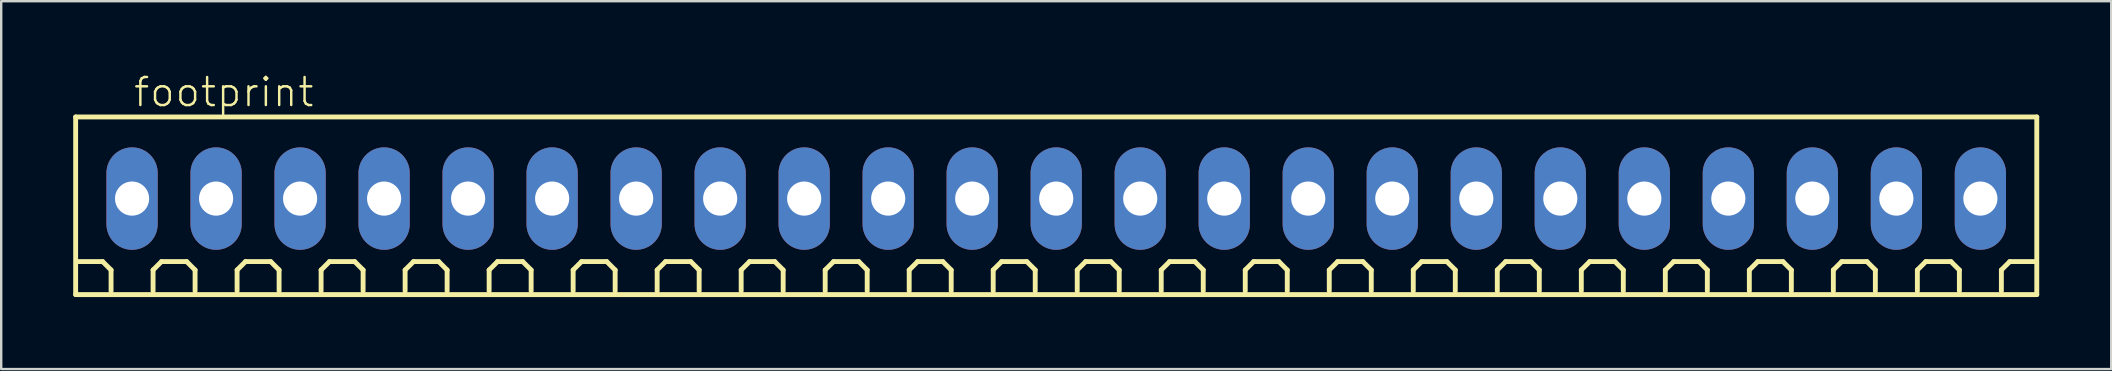
<source format=kicad_pcb>
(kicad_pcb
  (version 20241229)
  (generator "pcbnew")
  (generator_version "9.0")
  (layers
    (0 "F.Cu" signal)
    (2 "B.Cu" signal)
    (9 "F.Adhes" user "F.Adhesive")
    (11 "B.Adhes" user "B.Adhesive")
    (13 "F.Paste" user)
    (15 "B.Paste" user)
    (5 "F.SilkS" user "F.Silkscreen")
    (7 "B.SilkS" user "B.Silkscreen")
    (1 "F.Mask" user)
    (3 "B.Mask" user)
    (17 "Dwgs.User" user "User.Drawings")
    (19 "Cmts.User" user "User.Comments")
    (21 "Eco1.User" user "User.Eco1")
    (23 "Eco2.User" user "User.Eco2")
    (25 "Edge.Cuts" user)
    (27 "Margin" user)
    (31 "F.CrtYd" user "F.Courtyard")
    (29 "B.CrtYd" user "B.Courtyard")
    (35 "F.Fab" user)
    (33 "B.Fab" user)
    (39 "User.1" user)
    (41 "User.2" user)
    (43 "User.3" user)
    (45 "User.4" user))
  (footprint "footprint"
    (layer "F.Cu")
    (at 40.952 5.223)
    (property "Reference" "footprint" (at -38.5 -3.75 0) (layer "F.SilkS") (effects (font (size 1.168 1.168) (thickness 0.102)) (justify left bottom)))
    (fp_line (start -40.85 -3.4) (end 40.85 -3.4) (stroke (width 0.203) (type solid)) (layer "F.SilkS"))
    (fp_line (start -40.85 4) (end -40.85 -3.4) (stroke (width 0.203) (type solid)) (layer "F.SilkS"))
    (fp_line (start -39.725 2.625) (end -40.775 2.625) (stroke (width 0.203) (type solid)) (layer "F.SilkS"))
    (fp_line (start -39.375 2.975) (end -39.725 2.625) (stroke (width 0.203) (type solid)) (layer "F.SilkS"))
    (fp_line (start -39.375 3.85) (end -39.375 2.975) (stroke (width 0.203) (type solid)) (layer "F.SilkS"))
    (fp_line (start -37.625 2.975) (end -37.275 2.625) (stroke (width 0.203) (type solid)) (layer "F.SilkS"))
    (fp_line (start -37.625 3.85) (end -37.625 2.975) (stroke (width 0.203) (type solid)) (layer "F.SilkS"))
    (fp_line (start -37.275 2.625) (end -36.225 2.625) (stroke (width 0.203) (type solid)) (layer "F.SilkS"))
    (fp_line (start -36.225 2.625) (end -35.875 2.975) (stroke (width 0.203) (type solid)) (layer "F.SilkS"))
    (fp_line (start -35.875 2.975) (end -35.875 3.85) (stroke (width 0.203) (type solid)) (layer "F.SilkS"))
    (fp_line (start -34.125 2.975) (end -33.775 2.625) (stroke (width 0.203) (type solid)) (layer "F.SilkS"))
    (fp_line (start -34.125 3.85) (end -34.125 2.975) (stroke (width 0.203) (type solid)) (layer "F.SilkS"))
    (fp_line (start -33.775 2.625) (end -32.725 2.625) (stroke (width 0.203) (type solid)) (layer "F.SilkS"))
    (fp_line (start -32.725 2.625) (end -32.375 2.975) (stroke (width 0.203) (type solid)) (layer "F.SilkS"))
    (fp_line (start -32.375 2.975) (end -32.375 3.85) (stroke (width 0.203) (type solid)) (layer "F.SilkS"))
    (fp_line (start -30.625 2.975) (end -30.275 2.625) (stroke (width 0.203) (type solid)) (layer "F.SilkS"))
    (fp_line (start -30.625 3.85) (end -30.625 2.975) (stroke (width 0.203) (type solid)) (layer "F.SilkS"))
    (fp_line (start -30.275 2.625) (end -29.225 2.625) (stroke (width 0.203) (type solid)) (layer "F.SilkS"))
    (fp_line (start -29.225 2.625) (end -28.875 2.975) (stroke (width 0.203) (type solid)) (layer "F.SilkS"))
    (fp_line (start -28.875 2.975) (end -28.875 3.85) (stroke (width 0.203) (type solid)) (layer "F.SilkS"))
    (fp_line (start -27.125 2.975) (end -26.775 2.625) (stroke (width 0.203) (type solid)) (layer "F.SilkS"))
    (fp_line (start -27.125 3.85) (end -27.125 2.975) (stroke (width 0.203) (type solid)) (layer "F.SilkS"))
    (fp_line (start -26.775 2.625) (end -25.725 2.625) (stroke (width 0.203) (type solid)) (layer "F.SilkS"))
    (fp_line (start -25.725 2.625) (end -25.375 2.975) (stroke (width 0.203) (type solid)) (layer "F.SilkS"))
    (fp_line (start -25.375 2.975) (end -25.375 3.85) (stroke (width 0.203) (type solid)) (layer "F.SilkS"))
    (fp_line (start -23.625 2.975) (end -23.275 2.625) (stroke (width 0.203) (type solid)) (layer "F.SilkS"))
    (fp_line (start -23.625 3.85) (end -23.625 2.975) (stroke (width 0.203) (type solid)) (layer "F.SilkS"))
    (fp_line (start -23.275 2.625) (end -22.225 2.625) (stroke (width 0.203) (type solid)) (layer "F.SilkS"))
    (fp_line (start -22.225 2.625) (end -21.875 2.975) (stroke (width 0.203) (type solid)) (layer "F.SilkS"))
    (fp_line (start -21.875 2.975) (end -21.875 3.85) (stroke (width 0.203) (type solid)) (layer "F.SilkS"))
    (fp_line (start -20.125 2.975) (end -19.775 2.625) (stroke (width 0.203) (type solid)) (layer "F.SilkS"))
    (fp_line (start -20.125 3.85) (end -20.125 2.975) (stroke (width 0.203) (type solid)) (layer "F.SilkS"))
    (fp_line (start -19.775 2.625) (end -18.725 2.625) (stroke (width 0.203) (type solid)) (layer "F.SilkS"))
    (fp_line (start -18.725 2.625) (end -18.375 2.975) (stroke (width 0.203) (type solid)) (layer "F.SilkS"))
    (fp_line (start -18.375 2.975) (end -18.375 3.85) (stroke (width 0.203) (type solid)) (layer "F.SilkS"))
    (fp_line (start -16.625 2.975) (end -16.275 2.625) (stroke (width 0.203) (type solid)) (layer "F.SilkS"))
    (fp_line (start -16.625 3.85) (end -16.625 2.975) (stroke (width 0.203) (type solid)) (layer "F.SilkS"))
    (fp_line (start -16.275 2.625) (end -15.225 2.625) (stroke (width 0.203) (type solid)) (layer "F.SilkS"))
    (fp_line (start -15.225 2.625) (end -14.875 2.975) (stroke (width 0.203) (type solid)) (layer "F.SilkS"))
    (fp_line (start -14.875 2.975) (end -14.875 3.85) (stroke (width 0.203) (type solid)) (layer "F.SilkS"))
    (fp_line (start -13.125 2.975) (end -12.775 2.625) (stroke (width 0.203) (type solid)) (layer "F.SilkS"))
    (fp_line (start -13.125 3.85) (end -13.125 2.975) (stroke (width 0.203) (type solid)) (layer "F.SilkS"))
    (fp_line (start -12.775 2.625) (end -11.725 2.625) (stroke (width 0.203) (type solid)) (layer "F.SilkS"))
    (fp_line (start -11.725 2.625) (end -11.375 2.975) (stroke (width 0.203) (type solid)) (layer "F.SilkS"))
    (fp_line (start -11.375 2.975) (end -11.375 3.85) (stroke (width 0.203) (type solid)) (layer "F.SilkS"))
    (fp_line (start -9.625 2.975) (end -9.275 2.625) (stroke (width 0.203) (type solid)) (layer "F.SilkS"))
    (fp_line (start -9.625 3.85) (end -9.625 2.975) (stroke (width 0.203) (type solid)) (layer "F.SilkS"))
    (fp_line (start -9.275 2.625) (end -8.225 2.625) (stroke (width 0.203) (type solid)) (layer "F.SilkS"))
    (fp_line (start -8.225 2.625) (end -7.875 2.975) (stroke (width 0.203) (type solid)) (layer "F.SilkS"))
    (fp_line (start -7.875 2.975) (end -7.875 3.85) (stroke (width 0.203) (type solid)) (layer "F.SilkS"))
    (fp_line (start -6.125 2.975) (end -5.775 2.625) (stroke (width 0.203) (type solid)) (layer "F.SilkS"))
    (fp_line (start -6.125 3.85) (end -6.125 2.975) (stroke (width 0.203) (type solid)) (layer "F.SilkS"))
    (fp_line (start -5.775 2.625) (end -4.725 2.625) (stroke (width 0.203) (type solid)) (layer "F.SilkS"))
    (fp_line (start -4.725 2.625) (end -4.375 2.975) (stroke (width 0.203) (type solid)) (layer "F.SilkS"))
    (fp_line (start -4.375 2.975) (end -4.375 3.85) (stroke (width 0.203) (type solid)) (layer "F.SilkS"))
    (fp_line (start -2.625 2.975) (end -2.275 2.625) (stroke (width 0.203) (type solid)) (layer "F.SilkS"))
    (fp_line (start -2.625 3.85) (end -2.625 2.975) (stroke (width 0.203) (type solid)) (layer "F.SilkS"))
    (fp_line (start -2.275 2.625) (end -1.225 2.625) (stroke (width 0.203) (type solid)) (layer "F.SilkS"))
    (fp_line (start -1.225 2.625) (end -0.875 2.975) (stroke (width 0.203) (type solid)) (layer "F.SilkS"))
    (fp_line (start -0.875 2.975) (end -0.875 3.85) (stroke (width 0.203) (type solid)) (layer "F.SilkS"))
    (fp_line (start 0.875 2.975) (end 1.225 2.625) (stroke (width 0.203) (type solid)) (layer "F.SilkS"))
    (fp_line (start 0.875 3.85) (end 0.875 2.975) (stroke (width 0.203) (type solid)) (layer "F.SilkS"))
    (fp_line (start 1.225 2.625) (end 2.275 2.625) (stroke (width 0.203) (type solid)) (layer "F.SilkS"))
    (fp_line (start 2.275 2.625) (end 2.625 2.975) (stroke (width 0.203) (type solid)) (layer "F.SilkS"))
    (fp_line (start 2.625 2.975) (end 2.625 3.85) (stroke (width 0.203) (type solid)) (layer "F.SilkS"))
    (fp_line (start 4.375 2.975) (end 4.725 2.625) (stroke (width 0.203) (type solid)) (layer "F.SilkS"))
    (fp_line (start 4.375 3.85) (end 4.375 2.975) (stroke (width 0.203) (type solid)) (layer "F.SilkS"))
    (fp_line (start 4.725 2.625) (end 5.775 2.625) (stroke (width 0.203) (type solid)) (layer "F.SilkS"))
    (fp_line (start 5.775 2.625) (end 6.125 2.975) (stroke (width 0.203) (type solid)) (layer "F.SilkS"))
    (fp_line (start 6.125 2.975) (end 6.125 3.85) (stroke (width 0.203) (type solid)) (layer "F.SilkS"))
    (fp_line (start 7.875 2.975) (end 8.225 2.625) (stroke (width 0.203) (type solid)) (layer "F.SilkS"))
    (fp_line (start 7.875 3.85) (end 7.875 2.975) (stroke (width 0.203) (type solid)) (layer "F.SilkS"))
    (fp_line (start 8.225 2.625) (end 9.275 2.625) (stroke (width 0.203) (type solid)) (layer "F.SilkS"))
    (fp_line (start 9.275 2.625) (end 9.625 2.975) (stroke (width 0.203) (type solid)) (layer "F.SilkS"))
    (fp_line (start 9.625 2.975) (end 9.625 3.85) (stroke (width 0.203) (type solid)) (layer "F.SilkS"))
    (fp_line (start 11.375 2.975) (end 11.725 2.625) (stroke (width 0.203) (type solid)) (layer "F.SilkS"))
    (fp_line (start 11.375 3.85) (end 11.375 2.975) (stroke (width 0.203) (type solid)) (layer "F.SilkS"))
    (fp_line (start 11.725 2.625) (end 12.775 2.625) (stroke (width 0.203) (type solid)) (layer "F.SilkS"))
    (fp_line (start 12.775 2.625) (end 13.125 2.975) (stroke (width 0.203) (type solid)) (layer "F.SilkS"))
    (fp_line (start 13.125 2.975) (end 13.125 3.85) (stroke (width 0.203) (type solid)) (layer "F.SilkS"))
    (fp_line (start 14.875 2.975) (end 15.225 2.625) (stroke (width 0.203) (type solid)) (layer "F.SilkS"))
    (fp_line (start 14.875 3.85) (end 14.875 2.975) (stroke (width 0.203) (type solid)) (layer "F.SilkS"))
    (fp_line (start 15.225 2.625) (end 16.275 2.625) (stroke (width 0.203) (type solid)) (layer "F.SilkS"))
    (fp_line (start 16.275 2.625) (end 16.625 2.975) (stroke (width 0.203) (type solid)) (layer "F.SilkS"))
    (fp_line (start 16.625 2.975) (end 16.625 3.85) (stroke (width 0.203) (type solid)) (layer "F.SilkS"))
    (fp_line (start 18.375 2.975) (end 18.725 2.625) (stroke (width 0.203) (type solid)) (layer "F.SilkS"))
    (fp_line (start 18.375 3.85) (end 18.375 2.975) (stroke (width 0.203) (type solid)) (layer "F.SilkS"))
    (fp_line (start 18.725 2.625) (end 19.775 2.625) (stroke (width 0.203) (type solid)) (layer "F.SilkS"))
    (fp_line (start 19.775 2.625) (end 20.125 2.975) (stroke (width 0.203) (type solid)) (layer "F.SilkS"))
    (fp_line (start 20.125 2.975) (end 20.125 3.85) (stroke (width 0.203) (type solid)) (layer "F.SilkS"))
    (fp_line (start 21.875 2.975) (end 22.225 2.625) (stroke (width 0.203) (type solid)) (layer "F.SilkS"))
    (fp_line (start 21.875 3.85) (end 21.875 2.975) (stroke (width 0.203) (type solid)) (layer "F.SilkS"))
    (fp_line (start 22.225 2.625) (end 23.275 2.625) (stroke (width 0.203) (type solid)) (layer "F.SilkS"))
    (fp_line (start 23.275 2.625) (end 23.625 2.975) (stroke (width 0.203) (type solid)) (layer "F.SilkS"))
    (fp_line (start 23.625 2.975) (end 23.625 3.85) (stroke (width 0.203) (type solid)) (layer "F.SilkS"))
    (fp_line (start 25.375 2.975) (end 25.725 2.625) (stroke (width 0.203) (type solid)) (layer "F.SilkS"))
    (fp_line (start 25.375 3.85) (end 25.375 2.975) (stroke (width 0.203) (type solid)) (layer "F.SilkS"))
    (fp_line (start 25.725 2.625) (end 26.775 2.625) (stroke (width 0.203) (type solid)) (layer "F.SilkS"))
    (fp_line (start 26.775 2.625) (end 27.125 2.975) (stroke (width 0.203) (type solid)) (layer "F.SilkS"))
    (fp_line (start 27.125 2.975) (end 27.125 3.85) (stroke (width 0.203) (type solid)) (layer "F.SilkS"))
    (fp_line (start 28.875 2.975) (end 29.225 2.625) (stroke (width 0.203) (type solid)) (layer "F.SilkS"))
    (fp_line (start 28.875 3.85) (end 28.875 2.975) (stroke (width 0.203) (type solid)) (layer "F.SilkS"))
    (fp_line (start 29.225 2.625) (end 30.275 2.625) (stroke (width 0.203) (type solid)) (layer "F.SilkS"))
    (fp_line (start 30.275 2.625) (end 30.625 2.975) (stroke (width 0.203) (type solid)) (layer "F.SilkS"))
    (fp_line (start 30.625 2.975) (end 30.625 3.85) (stroke (width 0.203) (type solid)) (layer "F.SilkS"))
    (fp_line (start 32.375 2.975) (end 32.725 2.625) (stroke (width 0.203) (type solid)) (layer "F.SilkS"))
    (fp_line (start 32.375 3.85) (end 32.375 2.975) (stroke (width 0.203) (type solid)) (layer "F.SilkS"))
    (fp_line (start 32.725 2.625) (end 33.775 2.625) (stroke (width 0.203) (type solid)) (layer "F.SilkS"))
    (fp_line (start 33.775 2.625) (end 34.125 2.975) (stroke (width 0.203) (type solid)) (layer "F.SilkS"))
    (fp_line (start 34.125 2.975) (end 34.125 3.85) (stroke (width 0.203) (type solid)) (layer "F.SilkS"))
    (fp_line (start 35.875 2.975) (end 36.225 2.625) (stroke (width 0.203) (type solid)) (layer "F.SilkS"))
    (fp_line (start 35.875 3.85) (end 35.875 2.975) (stroke (width 0.203) (type solid)) (layer "F.SilkS"))
    (fp_line (start 36.225 2.625) (end 37.275 2.625) (stroke (width 0.203) (type solid)) (layer "F.SilkS"))
    (fp_line (start 37.275 2.625) (end 37.625 2.975) (stroke (width 0.203) (type solid)) (layer "F.SilkS"))
    (fp_line (start 37.625 2.975) (end 37.625 3.85) (stroke (width 0.203) (type solid)) (layer "F.SilkS"))
    (fp_line (start 39.375 2.975) (end 39.725 2.625) (stroke (width 0.203) (type solid)) (layer "F.SilkS"))
    (fp_line (start 39.375 3.85) (end 39.375 2.975) (stroke (width 0.203) (type solid)) (layer "F.SilkS"))
    (fp_line (start 39.725 2.625) (end 40.775 2.625) (stroke (width 0.203) (type solid)) (layer "F.SilkS"))
    (fp_line (start 40.85 -3.4) (end 40.85 4) (stroke (width 0.203) (type solid)) (layer "F.SilkS"))
    (fp_line (start 40.85 4) (end -40.85 4) (stroke (width 0.203) (type solid)) (layer "F.SilkS"))
    (pad "1" thru_hole oval (at -38.5 0 90) (size 4.267 2.134) (drill 1.422) (layers "*.Cu" "*.Mask"))
    (pad "2" thru_hole oval (at -35 0 90) (size 4.267 2.134) (drill 1.422) (layers "*.Cu" "*.Mask"))
    (pad "3" thru_hole oval (at -31.5 0 90) (size 4.267 2.134) (drill 1.422) (layers "*.Cu" "*.Mask"))
    (pad "4" thru_hole oval (at -28 0 90) (size 4.267 2.134) (drill 1.422) (layers "*.Cu" "*.Mask"))
    (pad "5" thru_hole oval (at -24.5 0 90) (size 4.267 2.134) (drill 1.422) (layers "*.Cu" "*.Mask"))
    (pad "6" thru_hole oval (at -21 0 90) (size 4.267 2.134) (drill 1.422) (layers "*.Cu" "*.Mask"))
    (pad "7" thru_hole oval (at -17.5 0 90) (size 4.267 2.134) (drill 1.422) (layers "*.Cu" "*.Mask"))
    (pad "8" thru_hole oval (at -14 0 90) (size 4.267 2.134) (drill 1.422) (layers "*.Cu" "*.Mask"))
    (pad "9" thru_hole oval (at -10.5 0 90) (size 4.267 2.134) (drill 1.422) (layers "*.Cu" "*.Mask"))
    (pad "10" thru_hole oval (at -7 0 90) (size 4.267 2.134) (drill 1.422) (layers "*.Cu" "*.Mask"))
    (pad "11" thru_hole oval (at -3.5 0 90) (size 4.267 2.134) (drill 1.422) (layers "*.Cu" "*.Mask"))
    (pad "12" thru_hole oval (at 0 0 90) (size 4.267 2.134) (drill 1.422) (layers "*.Cu" "*.Mask"))
    (pad "13" thru_hole oval (at 3.5 0 90) (size 4.267 2.134) (drill 1.422) (layers "*.Cu" "*.Mask"))
    (pad "14" thru_hole oval (at 7 0 90) (size 4.267 2.134) (drill 1.422) (layers "*.Cu" "*.Mask"))
    (pad "15" thru_hole oval (at 10.5 0 90) (size 4.267 2.134) (drill 1.422) (layers "*.Cu" "*.Mask"))
    (pad "16" thru_hole oval (at 14 0 90) (size 4.267 2.134) (drill 1.422) (layers "*.Cu" "*.Mask"))
    (pad "17" thru_hole oval (at 17.5 0 90) (size 4.267 2.134) (drill 1.422) (layers "*.Cu" "*.Mask"))
    (pad "18" thru_hole oval (at 21 0 90) (size 4.267 2.134) (drill 1.422) (layers "*.Cu" "*.Mask"))
    (pad "19" thru_hole oval (at 24.5 0 90) (size 4.267 2.134) (drill 1.422) (layers "*.Cu" "*.Mask"))
    (pad "20" thru_hole oval (at 28 0 90) (size 4.267 2.134) (drill 1.422) (layers "*.Cu" "*.Mask"))
    (pad "21" thru_hole oval (at 31.5 0 90) (size 4.267 2.134) (drill 1.422) (layers "*.Cu" "*.Mask"))
    (pad "22" thru_hole oval (at 35 0 90) (size 4.267 2.134) (drill 1.422) (layers "*.Cu" "*.Mask"))
    (pad "23" thru_hole oval (at 38.5 0 90) (size 4.267 2.134) (drill 1.422) (layers "*.Cu" "*.Mask")))
  (gr_rect
    (start -3 -3)
    (end 84.903 12.325)
    (stroke (width 0.1) (type default))
    (fill no)
    (layer "Edge.Cuts")))
</source>
